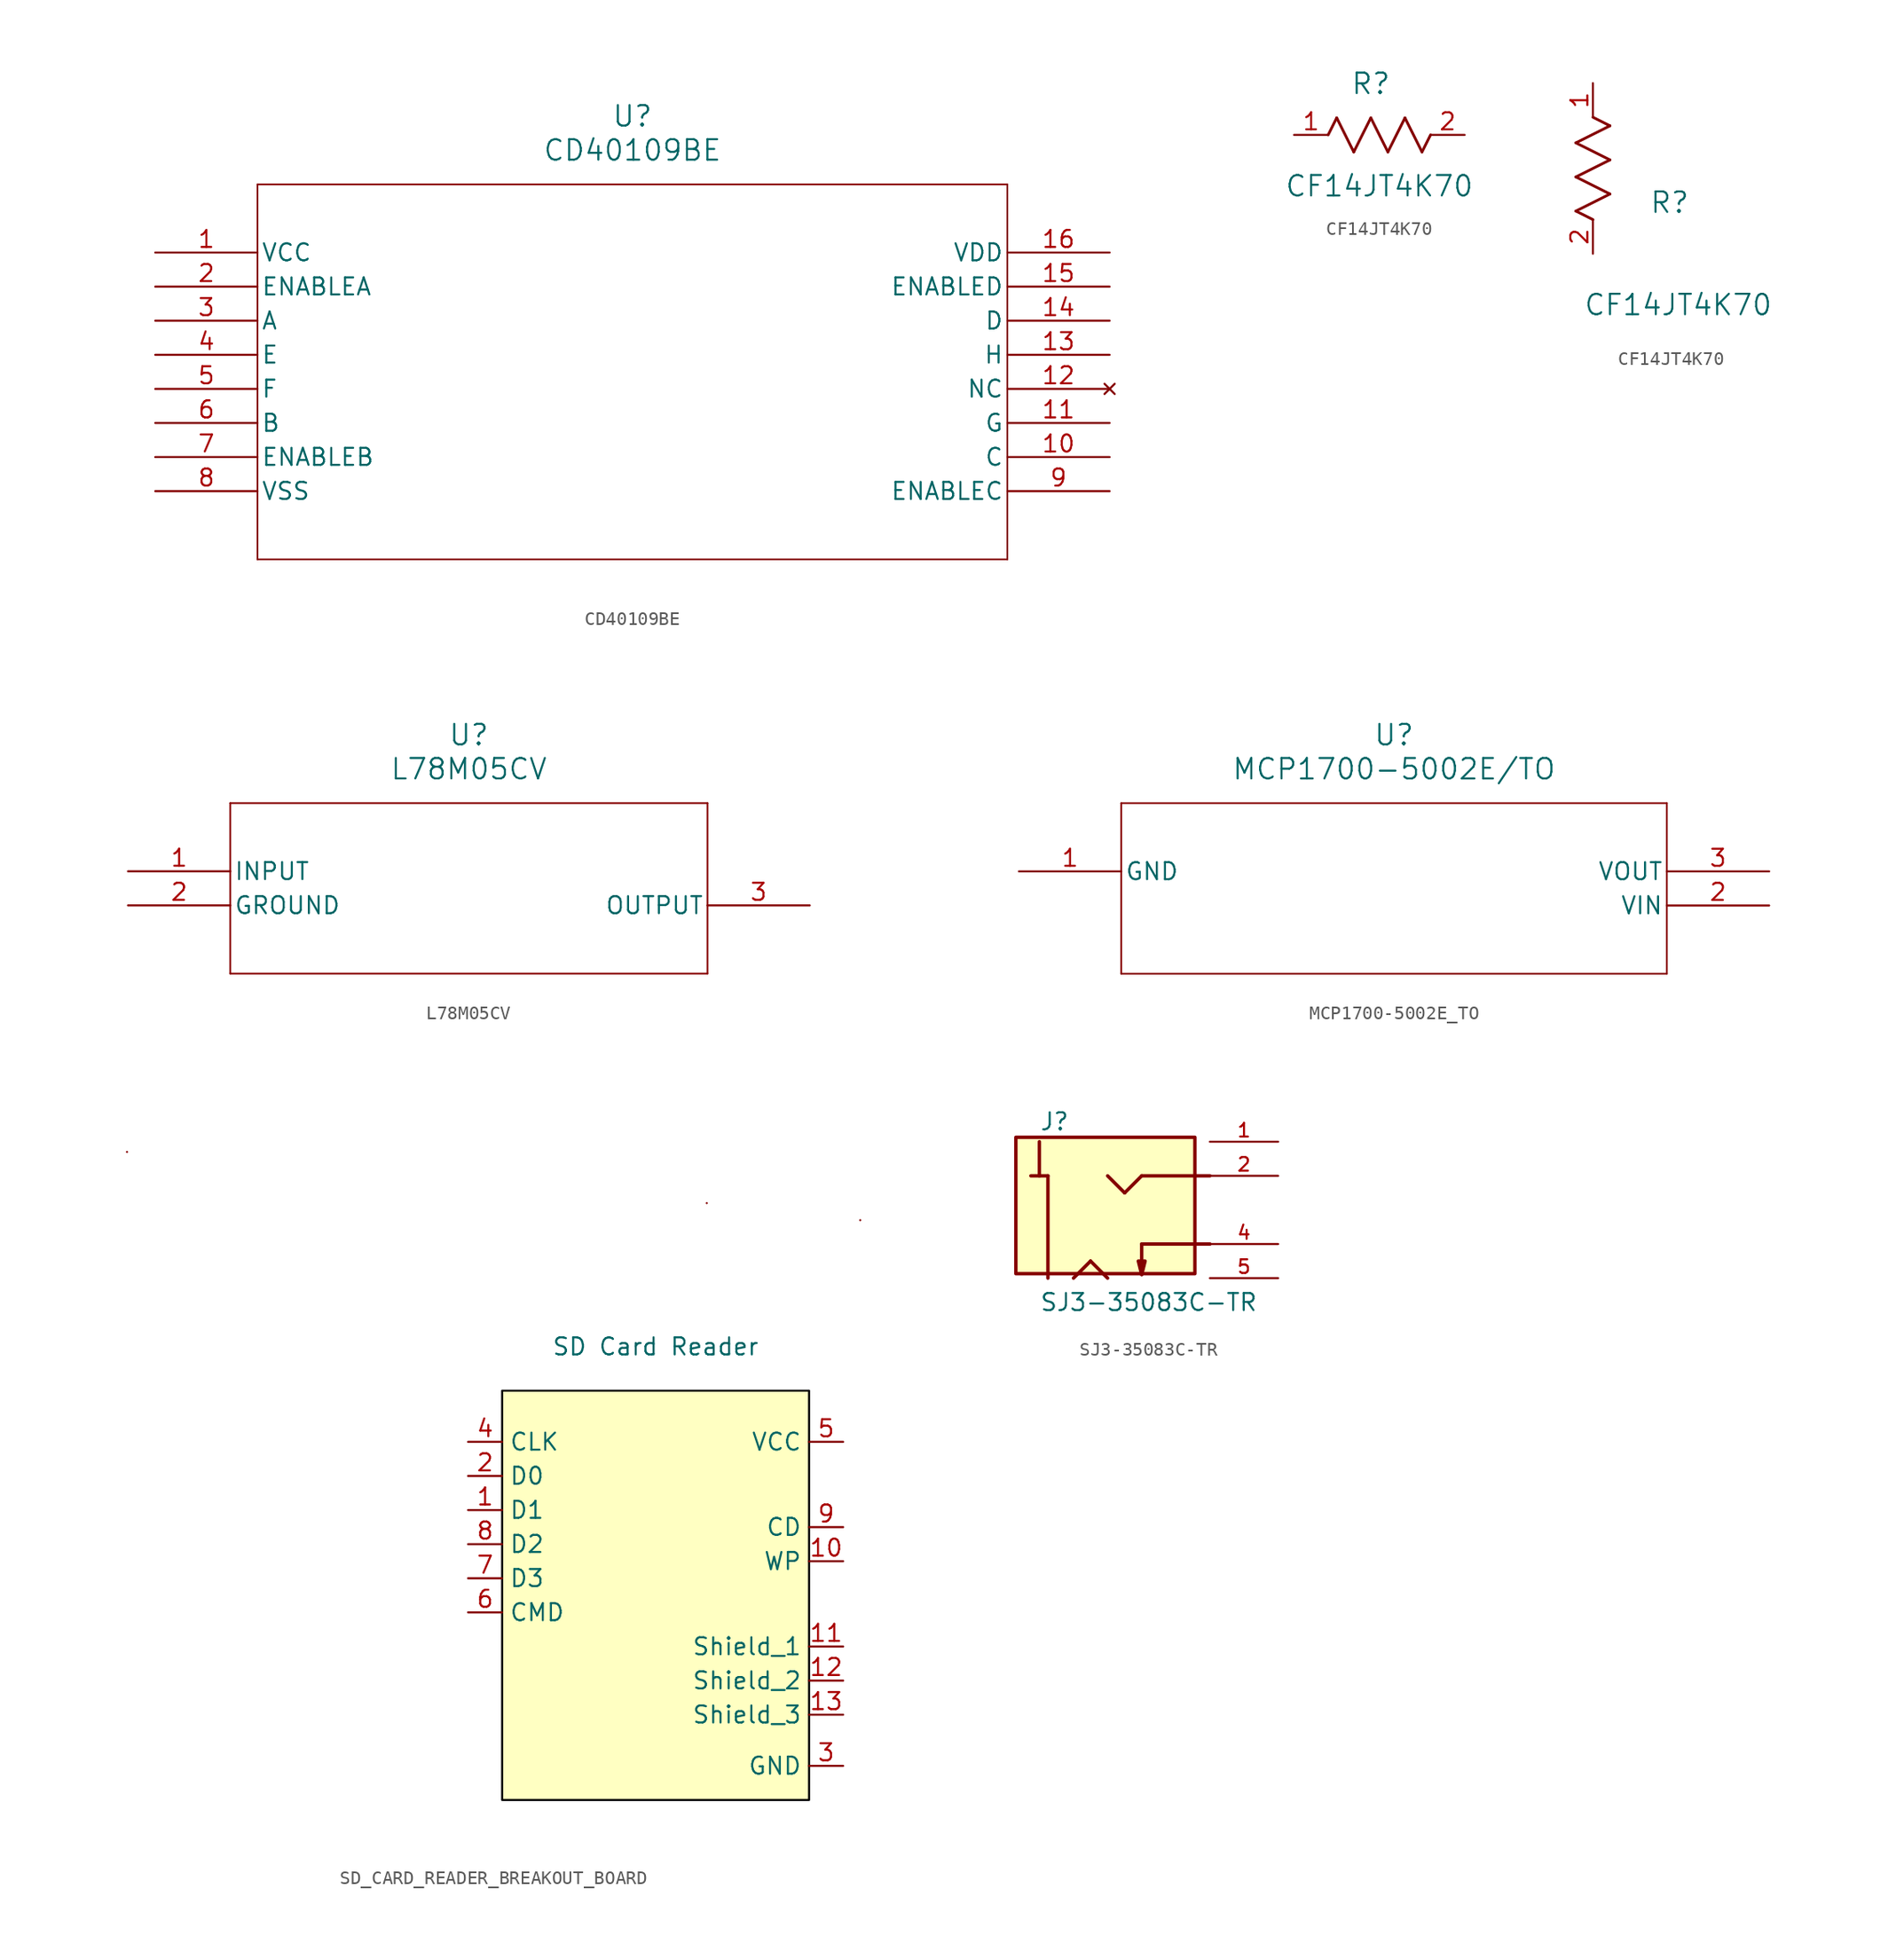
<source format=kicad_sym>
(kicad_symbol_lib
  (version 20231120)
  (generator "kicad_symbol_editor")
  (generator_version "8.0")
  (symbol "CD40109BE"
    (pin_names
      (offset 0.254))
    (property "Reference" "U"
      (at 35.56 10.16 0)
      (effects (font (size 1.524 1.524))))
    (property "Value" "CD40109BE"
      (at 35.56 7.62 0)
      (effects (font (size 1.524 1.524))))
    (property "ki_locked" ""
      (at 0 0 0)
      (effects (font (size 1.27 1.27))))
    (symbol "CD40109BE_0_1"
      (polyline (pts (xy 7.62 -22.86) (xy 63.5 -22.86)) (stroke (width 0.127) (type default)) (fill (type none)))
      (polyline (pts (xy 7.62 5.08) (xy 7.62 -22.86)) (stroke (width 0.127) (type default)) (fill (type none)))
      (polyline (pts (xy 63.5 -22.86) (xy 63.5 5.08)) (stroke (width 0.127) (type default)) (fill (type none)))
      (polyline (pts (xy 63.5 5.08) (xy 7.62 5.08)) (stroke (width 0.127) (type default)) (fill (type none)))
      (pin power_in line (at 0 0 0) (length 7.62) (name "VCC" (effects (font (size 1.27 1.27)))) (number "1" (effects (font (size 1.27 1.27)))))
      (pin input line (at 71.12 -15.24 180) (length 7.62) (name "C" (effects (font (size 1.27 1.27)))) (number "10" (effects (font (size 1.27 1.27)))))
      (pin output line (at 71.12 -12.7 180) (length 7.62) (name "G" (effects (font (size 1.27 1.27)))) (number "11" (effects (font (size 1.27 1.27)))))
      (pin no_connect line (at 71.12 -10.16 180) (length 7.62) (name "NC" (effects (font (size 1.27 1.27)))) (number "12" (effects (font (size 1.27 1.27)))))
      (pin output line (at 71.12 -7.62 180) (length 7.62) (name "H" (effects (font (size 1.27 1.27)))) (number "13" (effects (font (size 1.27 1.27)))))
      (pin input line (at 71.12 -5.08 180) (length 7.62) (name "D" (effects (font (size 1.27 1.27)))) (number "14" (effects (font (size 1.27 1.27)))))
      (pin input line (at 71.12 -2.54 180) (length 7.62) (name "ENABLED" (effects (font (size 1.27 1.27)))) (number "15" (effects (font (size 1.27 1.27)))))
      (pin power_in line (at 71.12 0 180) (length 7.62) (name "VDD" (effects (font (size 1.27 1.27)))) (number "16" (effects (font (size 1.27 1.27)))))
      (pin input line (at 0 -2.54 0) (length 7.62) (name "ENABLEA" (effects (font (size 1.27 1.27)))) (number "2" (effects (font (size 1.27 1.27)))))
      (pin input line (at 0 -5.08 0) (length 7.62) (name "A" (effects (font (size 1.27 1.27)))) (number "3" (effects (font (size 1.27 1.27)))))
      (pin output line (at 0 -7.62 0) (length 7.62) (name "E" (effects (font (size 1.27 1.27)))) (number "4" (effects (font (size 1.27 1.27)))))
      (pin output line (at 0 -10.16 0) (length 7.62) (name "F" (effects (font (size 1.27 1.27)))) (number "5" (effects (font (size 1.27 1.27)))))
      (pin input line (at 0 -12.7 0) (length 7.62) (name "B" (effects (font (size 1.27 1.27)))) (number "6" (effects (font (size 1.27 1.27)))))
      (pin input line (at 0 -15.24 0) (length 7.62) (name "ENABLEB" (effects (font (size 1.27 1.27)))) (number "7" (effects (font (size 1.27 1.27)))))
      (pin power_in line (at 0 -17.78 0) (length 7.62) (name "VSS" (effects (font (size 1.27 1.27)))) (number "8" (effects (font (size 1.27 1.27)))))
      (pin input line (at 71.12 -17.78 180) (length 7.62) (name "ENABLEC" (effects (font (size 1.27 1.27)))) (number "9" (effects (font (size 1.27 1.27)))))))
  (symbol "CF14JT4K70"
    (pin_names
      (offset 0.254))
    (property "Reference" "R"
      (at 5.715 3.81 0)
      (effects (font (size 1.524 1.524))))
    (property "Value" "CF14JT4K70"
      (at 6.35 -3.81 0)
      (effects (font (size 1.524 1.524))))
    (property "ki_locked" ""
      (at 0 0 0)
      (effects (font (size 1.27 1.27))))
    (symbol "CF14JT4K70_1_1"
      (polyline (pts (xy 2.54 0) (xy 3.175 1.27)) (stroke (width 0.203) (type default)) (fill (type none)))
      (polyline (pts (xy 3.175 1.27) (xy 4.445 -1.27)) (stroke (width 0.203) (type default)) (fill (type none)))
      (polyline (pts (xy 4.445 -1.27) (xy 5.715 1.27)) (stroke (width 0.203) (type default)) (fill (type none)))
      (polyline (pts (xy 5.715 1.27) (xy 6.985 -1.27)) (stroke (width 0.203) (type default)) (fill (type none)))
      (polyline (pts (xy 6.985 -1.27) (xy 8.255 1.27)) (stroke (width 0.203) (type default)) (fill (type none)))
      (polyline (pts (xy 8.255 1.27) (xy 9.525 -1.27)) (stroke (width 0.203) (type default)) (fill (type none)))
      (polyline (pts (xy 9.525 -1.27) (xy 10.16 0)) (stroke (width 0.203) (type default)) (fill (type none)))
      (pin unspecified line (at 0 0 0) (length 2.54) (name "" (effects (font (size 1.27 1.27)))) (number "1" (effects (font (size 1.27 1.27)))))
      (pin unspecified line (at 12.7 0 180) (length 2.54) (name "" (effects (font (size 1.27 1.27)))) (number "2" (effects (font (size 1.27 1.27))))))
    (symbol "CF14JT4K70_1_2"
      (polyline (pts (xy -1.27 3.175) (xy 1.27 4.445)) (stroke (width 0.203) (type default)) (fill (type none)))
      (polyline (pts (xy -1.27 5.715) (xy 1.27 6.985)) (stroke (width 0.203) (type default)) (fill (type none)))
      (polyline (pts (xy -1.27 8.255) (xy 1.27 9.525)) (stroke (width 0.203) (type default)) (fill (type none)))
      (polyline (pts (xy 0 2.54) (xy -1.27 3.175)) (stroke (width 0.203) (type default)) (fill (type none)))
      (polyline (pts (xy 1.27 4.445) (xy -1.27 5.715)) (stroke (width 0.203) (type default)) (fill (type none)))
      (polyline (pts (xy 1.27 6.985) (xy -1.27 8.255)) (stroke (width 0.203) (type default)) (fill (type none)))
      (polyline (pts (xy 1.27 9.525) (xy 0 10.16)) (stroke (width 0.203) (type default)) (fill (type none)))
      (pin unspecified line (at 0 12.7 270) (length 2.54) (name "" (effects (font (size 1.27 1.27)))) (number "1" (effects (font (size 1.27 1.27)))))
      (pin unspecified line (at 0 0 90) (length 2.54) (name "" (effects (font (size 1.27 1.27)))) (number "2" (effects (font (size 1.27 1.27)))))))
  (symbol "L78M05CV"
    (pin_names
      (offset 0.254))
    (property "Reference" "U"
      (at 25.4 10.16 0)
      (effects (font (size 1.524 1.524))))
    (property "Value" "L78M05CV"
      (at 25.4 7.62 0)
      (effects (font (size 1.524 1.524))))
    (property "ki_locked" ""
      (at 0 0 0)
      (effects (font (size 1.27 1.27))))
    (symbol "L78M05CV_0_1"
      (polyline (pts (xy 7.62 -7.62) (xy 43.18 -7.62)) (stroke (width 0.127) (type default)) (fill (type none)))
      (polyline (pts (xy 7.62 5.08) (xy 7.62 -7.62)) (stroke (width 0.127) (type default)) (fill (type none)))
      (polyline (pts (xy 43.18 -7.62) (xy 43.18 5.08)) (stroke (width 0.127) (type default)) (fill (type none)))
      (polyline (pts (xy 43.18 5.08) (xy 7.62 5.08)) (stroke (width 0.127) (type default)) (fill (type none)))
      (pin input line (at 0 0 0) (length 7.62) (name "INPUT" (effects (font (size 1.27 1.27)))) (number "1" (effects (font (size 1.27 1.27)))))
      (pin power_out line (at 0 -2.54 0) (length 7.62) (name "GROUND" (effects (font (size 1.27 1.27)))) (number "2" (effects (font (size 1.27 1.27)))))
      (pin output line (at 50.8 -2.54 180) (length 7.62) (name "OUTPUT" (effects (font (size 1.27 1.27)))) (number "3" (effects (font (size 1.27 1.27)))))))
  (symbol "MCP1700-5002E_TO"
    (pin_names
      (offset 0.254))
    (property "Reference" "U"
      (at 27.94 10.16 0)
      (effects (font (size 1.524 1.524))))
    (property "Value" "MCP1700-5002E/TO"
      (at 27.94 7.62 0)
      (effects (font (size 1.524 1.524))))
    (property "ki_locked" ""
      (at 0 0 0)
      (effects (font (size 1.27 1.27))))
    (symbol "MCP1700-5002E_TO_0_1"
      (polyline (pts (xy 7.62 -7.62) (xy 48.26 -7.62)) (stroke (width 0.127) (type default)) (fill (type none)))
      (polyline (pts (xy 7.62 5.08) (xy 7.62 -7.62)) (stroke (width 0.127) (type default)) (fill (type none)))
      (polyline (pts (xy 48.26 -7.62) (xy 48.26 5.08)) (stroke (width 0.127) (type default)) (fill (type none)))
      (polyline (pts (xy 48.26 5.08) (xy 7.62 5.08)) (stroke (width 0.127) (type default)) (fill (type none)))
      (pin unspecified line (at 0 0 0) (length 7.62) (name "GND" (effects (font (size 1.27 1.27)))) (number "1" (effects (font (size 1.27 1.27)))))
      (pin unspecified line (at 55.88 -2.54 180) (length 7.62) (name "VIN" (effects (font (size 1.27 1.27)))) (number "2" (effects (font (size 1.27 1.27)))))
      (pin unspecified line (at 55.88 0 180) (length 7.62) (name "VOUT" (effects (font (size 1.27 1.27)))) (number "3" (effects (font (size 1.27 1.27)))))))
  (symbol "SD_CARD_READER_BREAKOUT_BOARD"
    (property "Reference" "SDCardReaderBreakoutBoard"
      (at 0 22.86 0)
      (do_not_autoplace)
      (effects (font (size 1.27 1.27)) (hide yes)))
    (property "Value" "SD Card Reader"
      (at 0 17.78 0)
      (do_not_autoplace)
      (effects (font (size 1.27 1.27)) (justify bottom)))
    (symbol "SD_CARD_READER_BREAKOUT_BOARD_0_1"
      (polyline (pts (xy -39.37 33.02) (xy -39.37 33.02)) (stroke (width 0) (type default)) (fill (type none)))
      (polyline (pts (xy 3.81 29.21) (xy 3.81 29.21)) (stroke (width 0) (type default)) (fill (type none)))
      (polyline (pts (xy 15.24 27.94) (xy 15.24 27.94)) (stroke (width 0) (type default)) (fill (type none))))
    (symbol "SD_CARD_READER_BREAKOUT_BOARD_1_1"
      (rectangle (start -11.43 15.24) (end 11.43 -15.24) (stroke (width 0) (type default) (color 0 0 0 1)) (fill (type background)))
      (pin bidirectional line (at -13.97 6.35 0) (length 2.54) (name "D1" (effects (font (size 1.27 1.27)))) (number "1" (effects (font (size 1.27 1.27)))))
      (pin output line (at 13.97 2.54 180) (length 2.54) (name "WP" (effects (font (size 1.27 1.27)))) (number "10" (effects (font (size 1.27 1.27)))))
      (pin passive line (at 13.97 -3.81 180) (length 2.54) (name "Shield_1" (effects (font (size 1.27 1.27)))) (number "11" (effects (font (size 1.27 1.27)))))
      (pin passive line (at 13.97 -6.35 180) (length 2.54) (name "Shield_2" (effects (font (size 1.27 1.27)))) (number "12" (effects (font (size 1.27 1.27)))))
      (pin passive line (at 13.97 -8.89 180) (length 2.54) (name "Shield_3" (effects (font (size 1.27 1.27)))) (number "13" (effects (font (size 1.27 1.27)))))
      (pin bidirectional line (at -13.97 8.89 0) (length 2.54) (name "D0" (effects (font (size 1.27 1.27)))) (number "2" (effects (font (size 1.27 1.27)))))
      (pin power_in line (at 13.97 -12.7 180) (length 2.54) (name "GND" (effects (font (size 1.27 1.27)))) (number "3" (effects (font (size 1.27 1.27)))))
      (pin input line (at -13.97 11.43 0) (length 2.54) (name "CLK" (effects (font (size 1.27 1.27)))) (number "4" (effects (font (size 1.27 1.27)))))
      (pin power_in line (at 13.97 11.43 180) (length 2.54) (name "VCC" (effects (font (size 1.27 1.27)))) (number "5" (effects (font (size 1.27 1.27)))))
      (pin input line (at -13.97 -1.27 0) (length 2.54) (name "CMD" (effects (font (size 1.27 1.27)))) (number "6" (effects (font (size 1.27 1.27)))))
      (pin bidirectional line (at -13.97 1.27 0) (length 2.54) (name "D3" (effects (font (size 1.27 1.27)))) (number "7" (effects (font (size 1.27 1.27)))))
      (pin bidirectional line (at -13.97 3.81 0) (length 2.54) (name "D2" (effects (font (size 1.27 1.27)))) (number "8" (effects (font (size 1.27 1.27)))))
      (pin output line (at 13.97 5.08 180) (length 2.54) (name "CD" (effects (font (size 1.27 1.27)))) (number "9" (effects (font (size 1.27 1.27)))))))
  (symbol "SJ3-35083C-TR"
    (pin_names
      (offset 1.016))
    (property "Reference" "J"
      (at -7.62 5.842 0)
      (effects (font (size 1.27 1.27)) (justify left bottom)))
    (property "Value" "SJ3-35083C-TR"
      (at -7.62 -7.62 0)
      (effects (font (size 1.27 1.27)) (justify left bottom)))
    (symbol "SJ3-35083C-TR_0_0"
      (rectangle (start -9.373 -4.749) (end 3.962 5.411) (stroke (width 0.254) (type default)) (fill (type background)))
      (polyline (pts (xy -8.255 2.54) (xy -7.62 2.54)) (stroke (width 0.254) (type default)) (fill (type none)))
      (polyline (pts (xy -7.62 2.54) (xy -6.985 2.54)) (stroke (width 0.254) (type default)) (fill (type none)))
      (polyline (pts (xy -7.62 5.08) (xy -7.62 2.54)) (stroke (width 0.254) (type default)) (fill (type none)))
      (polyline (pts (xy -6.985 2.54) (xy -6.985 -5.08)) (stroke (width 0.254) (type default)) (fill (type none)))
      (polyline (pts (xy -5.08 -5.08) (xy -3.81 -3.81)) (stroke (width 0.254) (type default)) (fill (type none)))
      (polyline (pts (xy -3.81 -3.81) (xy -2.54 -5.08)) (stroke (width 0.254) (type default)) (fill (type none)))
      (polyline (pts (xy -2.54 2.54) (xy -1.27 1.27)) (stroke (width 0.254) (type default)) (fill (type none)))
      (polyline (pts (xy -1.27 1.27) (xy 0 2.54)) (stroke (width 0.254) (type default)) (fill (type none)))
      (polyline (pts (xy 0 -2.54) (xy 0 -3.81)) (stroke (width 0.254) (type default)) (fill (type none)))
      (polyline (pts (xy 0 -2.54) (xy 5.08 -2.54)) (stroke (width 0.254) (type default)) (fill (type none)))
      (polyline (pts (xy 0 2.54) (xy 5.08 2.54)) (stroke (width 0.254) (type default)) (fill (type none)))
      (polyline (pts (xy 0 -4.826) (xy 0.254 -3.81) (xy -0.254 -3.81) (xy 0 -4.826)) (stroke (width 0.254) (type default)) (fill (type outline)))
      (pin passive line (at 10.16 5.08 180) (length 5.08) (name "~" (effects (font (size 1.016 1.016)))) (number "1" (effects (font (size 1.016 1.016)))))
      (pin passive line (at 10.16 2.54 180) (length 5.08) (name "~" (effects (font (size 1.016 1.016)))) (number "2" (effects (font (size 1.016 1.016)))))
      (pin passive line (at 10.16 -2.54 180) (length 5.08) (name "~" (effects (font (size 1.016 1.016)))) (number "4" (effects (font (size 1.016 1.016)))))
      (pin passive line (at 10.16 -5.08 180) (length 5.08) (name "~" (effects (font (size 1.016 1.016)))) (number "5" (effects (font (size 1.016 1.016))))))))
</source>
